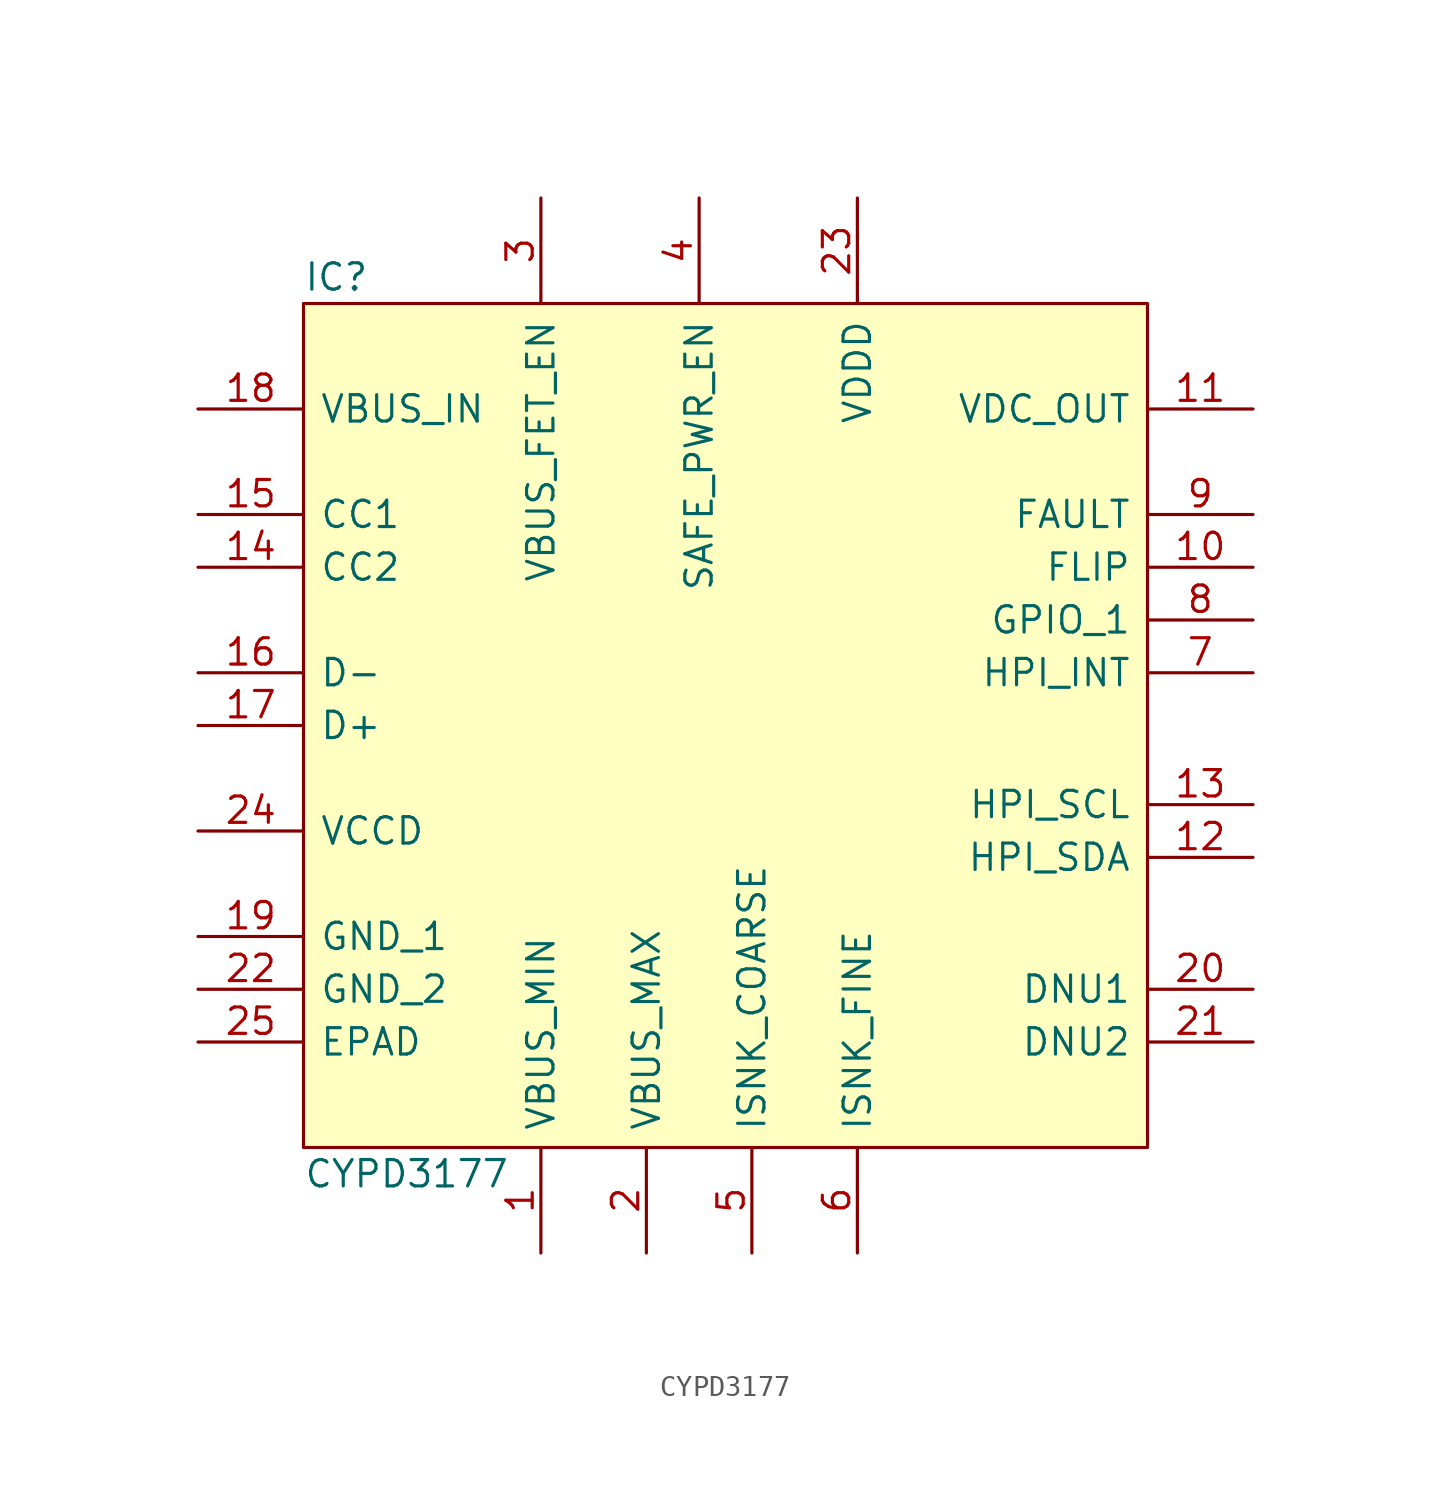
<source format=kicad_sym>
(kicad_symbol_lib
  (version 20211014)
  (generator kicad_symbol_editor)
  (symbol "CYPD3177"
    (pin_names
      (offset 0.762))
    (property "Reference" "IC"
      (at -19.05 22.86 0)
      (effects (font (size 1.27 1.27)) (justify left)))
    (property "Value" "CYPD3177"
      (at -19.05 -20.32 0)
      (effects (font (size 1.27 1.27)) (justify left)))
    (symbol "CYPD3177_0_0"
      (pin passive line (at -7.62 -24.13 90) (length 5.08) (name "VBUS_MIN" (effects (font (size 1.27 1.27)))) (number "1" (effects (font (size 1.27 1.27)))))
      (pin passive line (at 26.67 8.89 180) (length 5.08) (name "FLIP" (effects (font (size 1.27 1.27)))) (number "10" (effects (font (size 1.27 1.27)))))
      (pin passive line (at 26.67 16.51 180) (length 5.08) (name "VDC_OUT" (effects (font (size 1.27 1.27)))) (number "11" (effects (font (size 1.27 1.27)))))
      (pin passive line (at 26.67 -5.08 180) (length 5.08) (name "HPI_SDA" (effects (font (size 1.27 1.27)))) (number "12" (effects (font (size 1.27 1.27)))))
      (pin passive line (at 26.67 -2.54 180) (length 5.08) (name "HPI_SCL" (effects (font (size 1.27 1.27)))) (number "13" (effects (font (size 1.27 1.27)))))
      (pin passive line (at -24.13 8.89 0) (length 5.08) (name "CC2" (effects (font (size 1.27 1.27)))) (number "14" (effects (font (size 1.27 1.27)))))
      (pin passive line (at -24.13 11.43 0) (length 5.08) (name "CC1" (effects (font (size 1.27 1.27)))) (number "15" (effects (font (size 1.27 1.27)))))
      (pin passive line (at -24.13 3.81 0) (length 5.08) (name "D-" (effects (font (size 1.27 1.27)))) (number "16" (effects (font (size 1.27 1.27)))))
      (pin passive line (at -24.13 1.27 0) (length 5.08) (name "D+" (effects (font (size 1.27 1.27)))) (number "17" (effects (font (size 1.27 1.27)))))
      (pin passive line (at -24.13 16.51 0) (length 5.08) (name "VBUS_IN" (effects (font (size 1.27 1.27)))) (number "18" (effects (font (size 1.27 1.27)))))
      (pin passive line (at -24.13 -8.89 0) (length 5.08) (name "GND_1" (effects (font (size 1.27 1.27)))) (number "19" (effects (font (size 1.27 1.27)))))
      (pin passive line (at -2.54 -24.13 90) (length 5.08) (name "VBUS_MAX" (effects (font (size 1.27 1.27)))) (number "2" (effects (font (size 1.27 1.27)))))
      (pin passive line (at 26.67 -11.43 180) (length 5.08) (name "DNU1" (effects (font (size 1.27 1.27)))) (number "20" (effects (font (size 1.27 1.27)))))
      (pin passive line (at 26.67 -13.97 180) (length 5.08) (name "DNU2" (effects (font (size 1.27 1.27)))) (number "21" (effects (font (size 1.27 1.27)))))
      (pin passive line (at -24.13 -11.43 0) (length 5.08) (name "GND_2" (effects (font (size 1.27 1.27)))) (number "22" (effects (font (size 1.27 1.27)))))
      (pin passive line (at 7.62 26.67 270) (length 5.08) (name "VDDD" (effects (font (size 1.27 1.27)))) (number "23" (effects (font (size 1.27 1.27)))))
      (pin passive line (at -24.13 -3.81 0) (length 5.08) (name "VCCD" (effects (font (size 1.27 1.27)))) (number "24" (effects (font (size 1.27 1.27)))))
      (pin passive line (at -24.13 -13.97 0) (length 5.08) (name "EPAD" (effects (font (size 1.27 1.27)))) (number "25" (effects (font (size 1.27 1.27)))))
      (pin passive line (at -7.62 26.67 270) (length 5.08) (name "VBUS_FET_EN" (effects (font (size 1.27 1.27)))) (number "3" (effects (font (size 1.27 1.27)))))
      (pin passive line (at 0 26.67 270) (length 5.08) (name "SAFE_PWR_EN" (effects (font (size 1.27 1.27)))) (number "4" (effects (font (size 1.27 1.27)))))
      (pin passive line (at 2.54 -24.13 90) (length 5.08) (name "ISNK_COARSE" (effects (font (size 1.27 1.27)))) (number "5" (effects (font (size 1.27 1.27)))))
      (pin passive line (at 7.62 -24.13 90) (length 5.08) (name "ISNK_FINE" (effects (font (size 1.27 1.27)))) (number "6" (effects (font (size 1.27 1.27)))))
      (pin passive line (at 26.67 3.81 180) (length 5.08) (name "HPI_INT" (effects (font (size 1.27 1.27)))) (number "7" (effects (font (size 1.27 1.27)))))
      (pin passive line (at 26.67 6.35 180) (length 5.08) (name "GPIO_1" (effects (font (size 1.27 1.27)))) (number "8" (effects (font (size 1.27 1.27)))))
      (pin passive line (at 26.67 11.43 180) (length 5.08) (name "FAULT" (effects (font (size 1.27 1.27)))) (number "9" (effects (font (size 1.27 1.27))))))
    (symbol "CYPD3177_0_1"
      (rectangle (start -19.05 -19.05) (end 21.59 21.59) (stroke (width 0.152) (type default) (color 0 0 0 0)) (fill (type background))))))
</source>
